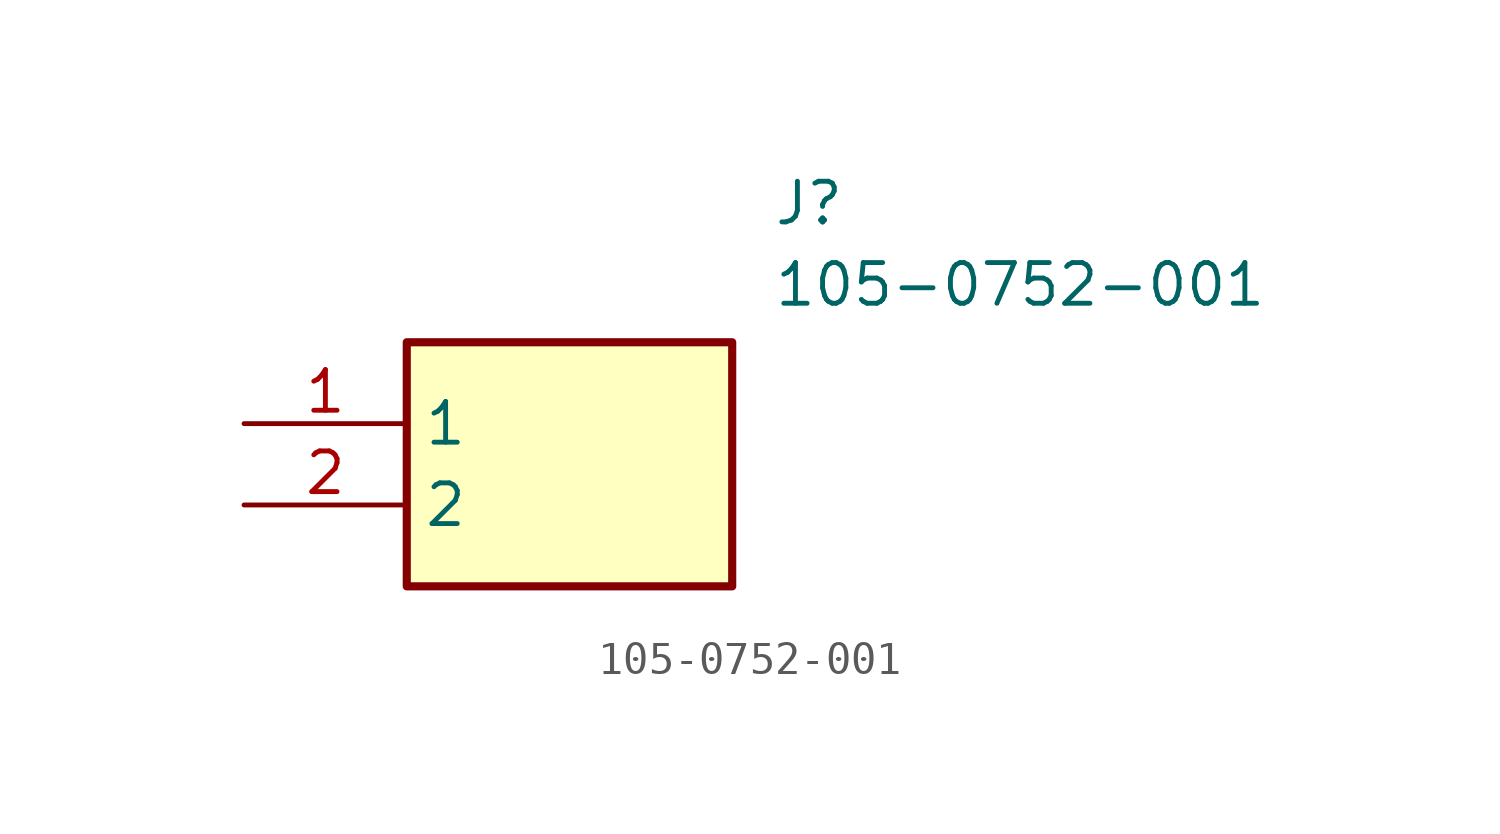
<source format=kicad_sym>
(kicad_symbol_lib
  (version 20211014)
  (generator SamacSys_ECAD_Model)
  (symbol "105-0752-001"
    (property "Reference" "J"
      (at 16.51 7.62 0)
      (effects (font (size 1.27 1.27)) (justify left top)))
    (property "Value" "105-0752-001"
      (at 16.51 5.08 0)
      (effects (font (size 1.27 1.27)) (justify left top)))
    (rectangle
      (start 5.08 2.54)
      (end 15.24 -5.08)
      (stroke (width 0.254) (type default))
      (fill (type background)))
    (pin passive line
      (at 0 0 0)
      (length 5.08)
      (name "1" (effects (font (size 1.27 1.27))))
      (number "1" (effects (font (size 1.27 1.27)))))
    (pin passive line
      (at 0 -2.54 0)
      (length 5.08)
      (name "2" (effects (font (size 1.27 1.27))))
      (number "2" (effects (font (size 1.27 1.27)))))))
</source>
